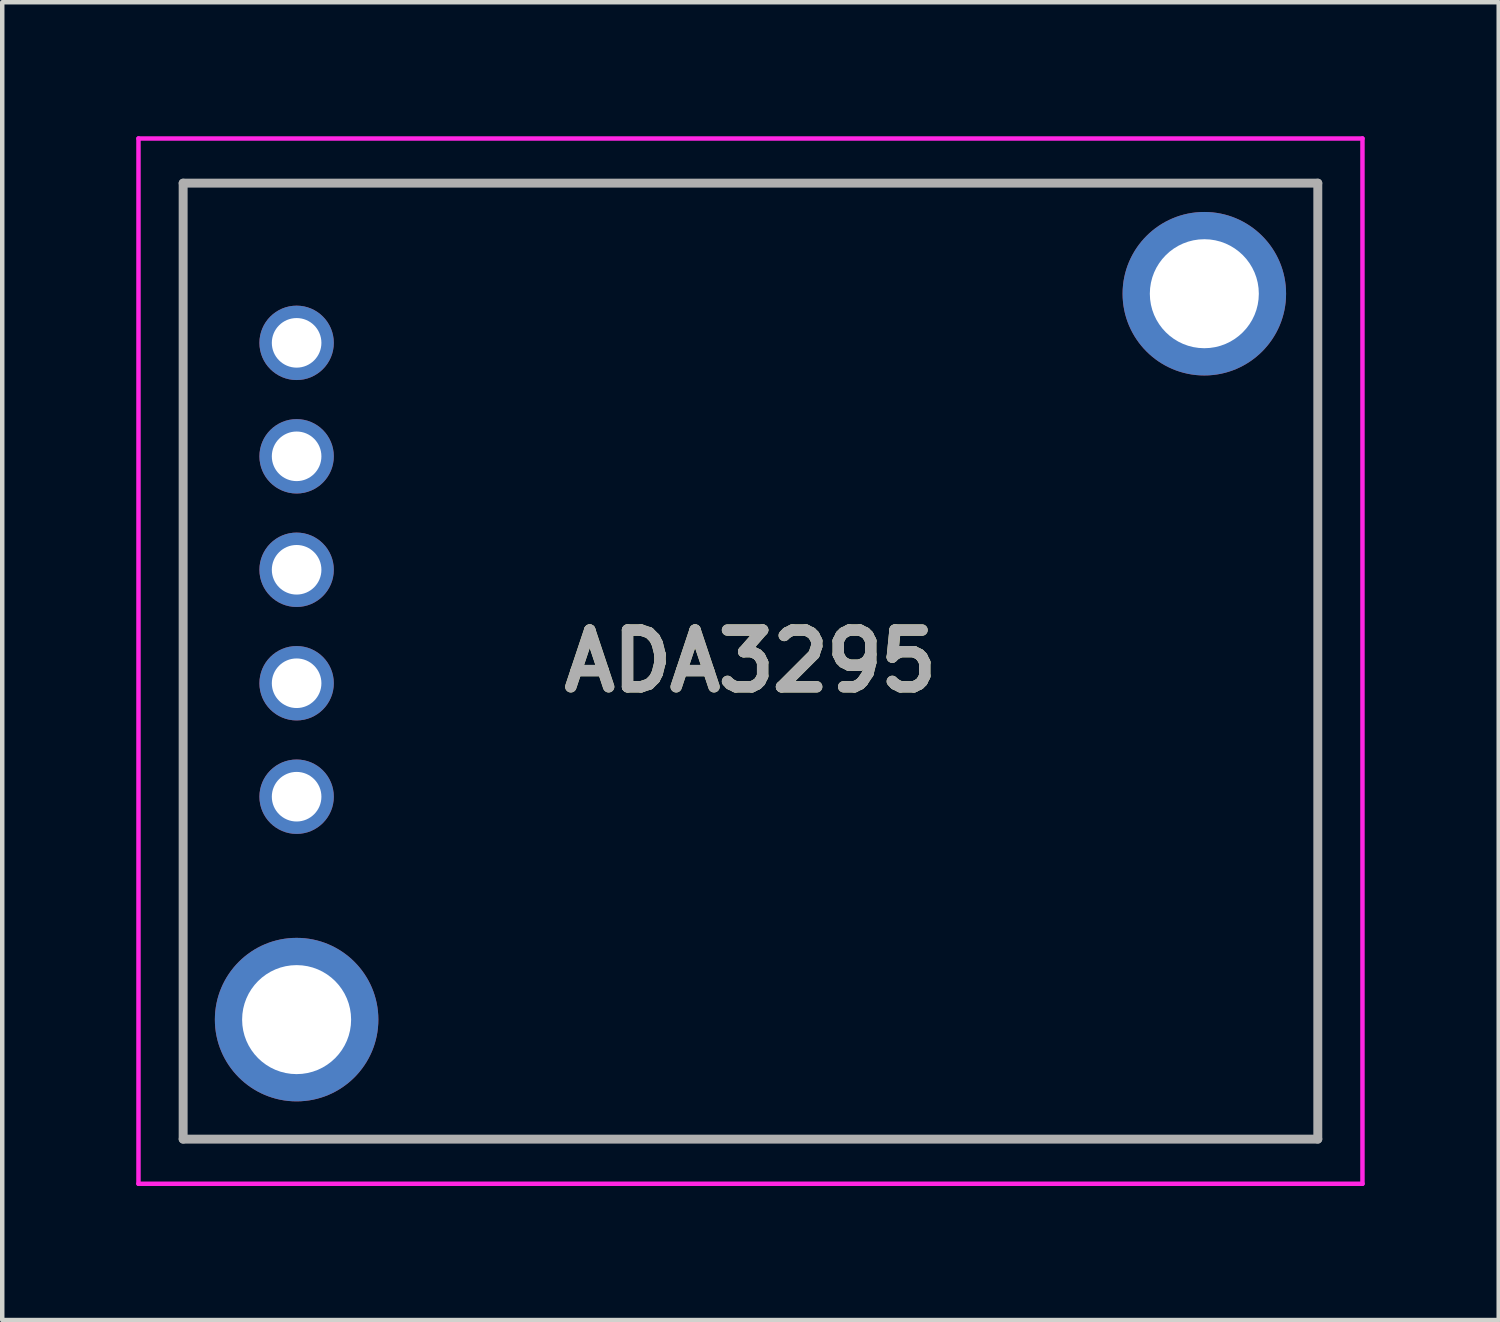
<source format=kicad_pcb>
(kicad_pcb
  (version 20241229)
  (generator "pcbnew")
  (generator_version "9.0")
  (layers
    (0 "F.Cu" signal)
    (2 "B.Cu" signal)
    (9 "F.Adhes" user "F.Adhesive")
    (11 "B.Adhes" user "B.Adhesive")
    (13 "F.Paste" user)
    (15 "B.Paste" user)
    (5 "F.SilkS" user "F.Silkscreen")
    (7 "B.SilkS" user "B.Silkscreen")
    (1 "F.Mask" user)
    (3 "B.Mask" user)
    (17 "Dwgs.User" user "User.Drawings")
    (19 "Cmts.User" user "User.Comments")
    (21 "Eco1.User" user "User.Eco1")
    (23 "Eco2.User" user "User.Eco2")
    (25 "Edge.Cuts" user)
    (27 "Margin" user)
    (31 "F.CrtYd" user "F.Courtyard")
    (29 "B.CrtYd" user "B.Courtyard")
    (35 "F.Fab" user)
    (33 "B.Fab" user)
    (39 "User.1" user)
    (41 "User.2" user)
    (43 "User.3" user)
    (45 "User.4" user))
  (footprint "ADA3295"
    (layer "F.Cu")
    (at 3.59 4.625)
    (property "Reference" "ADA3295" (at 10.16 7.125 0) (layer "F.SilkS") (effects (font (size 1.27 1.27) (thickness 0.254))))
    (attr through_hole)
    (fp_line (start -2.54 -3.575) (end 22.86 -3.575) (stroke (width 0.1) (type solid)) (layer "F.SilkS"))
    (fp_line (start -2.54 17.825) (end -2.54 -3.575) (stroke (width 0.1) (type solid)) (layer "F.SilkS"))
    (fp_line (start 22.86 -3.575) (end 22.86 17.825) (stroke (width 0.1) (type solid)) (layer "F.SilkS"))
    (fp_line (start 22.86 17.825) (end -2.54 17.825) (stroke (width 0.1) (type solid)) (layer "F.SilkS"))
    (fp_line (start -3.54 -4.575) (end 23.86 -4.575) (stroke (width 0.1) (type solid)) (layer "F.CrtYd"))
    (fp_line (start -3.54 18.825) (end -3.54 -4.575) (stroke (width 0.1) (type solid)) (layer "F.CrtYd"))
    (fp_line (start 23.86 -4.575) (end 23.86 18.825) (stroke (width 0.1) (type solid)) (layer "F.CrtYd"))
    (fp_line (start 23.86 18.825) (end -3.54 18.825) (stroke (width 0.1) (type solid)) (layer "F.CrtYd"))
    (fp_line (start -2.54 -3.575) (end 22.86 -3.575) (stroke (width 0.2) (type solid)) (layer "F.Fab"))
    (fp_line (start -2.54 17.825) (end -2.54 -3.575) (stroke (width 0.2) (type solid)) (layer "F.Fab"))
    (fp_line (start 22.86 -3.575) (end 22.86 17.825) (stroke (width 0.2) (type solid)) (layer "F.Fab"))
    (fp_line (start 22.86 17.825) (end -2.54 17.825) (stroke (width 0.2) (type solid)) (layer "F.Fab"))
    (fp_text user "${REFERENCE}" (at 10.16 7.125 0) (layer "F.Fab") (effects (font (size 1.27 1.27) (thickness 0.254))))
    (pad "1" thru_hole circle (at 0 0) (size 1.665 1.665) (drill 1.11) (layers "*.Cu" "*.Mask"))
    (pad "2" thru_hole circle (at 0 2.54) (size 1.665 1.665) (drill 1.11) (layers "*.Cu" "*.Mask"))
    (pad "3" thru_hole circle (at 0 5.08) (size 1.665 1.665) (drill 1.11) (layers "*.Cu" "*.Mask"))
    (pad "4" thru_hole circle (at 0 7.62) (size 1.665 1.665) (drill 1.11) (layers "*.Cu" "*.Mask"))
    (pad "5" thru_hole circle (at 0 10.16) (size 1.665 1.665) (drill 1.11) (layers "*.Cu" "*.Mask"))
    (pad "MH1" thru_hole circle (at 20.32 -1.1) (size 3.66 3.66) (drill 2.44) (layers "*.Cu" "*.Mask"))
    (pad "MH2" thru_hole circle (at 0 15.15) (size 3.66 3.66) (drill 2.44) (layers "*.Cu" "*.Mask")))
  (gr_rect
    (start -3 -3)
    (end 30.5 26.5)
    (stroke (width 0.1) (type default))
    (fill no)
    (layer "Edge.Cuts")))
</source>
